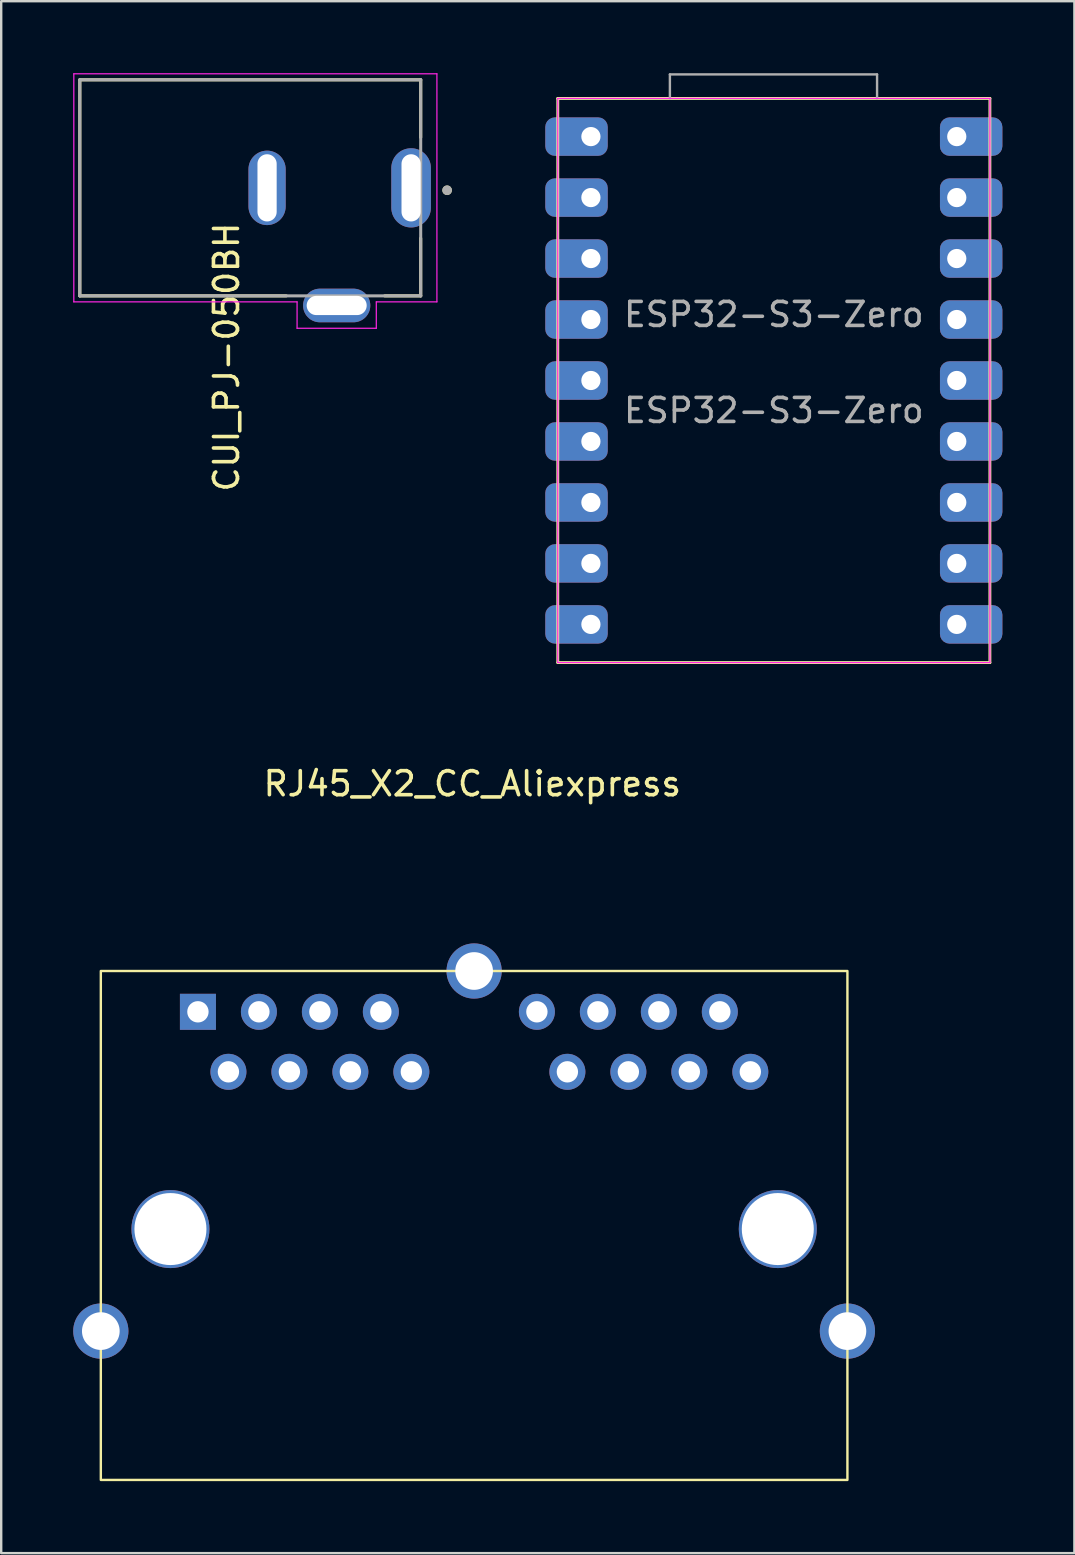
<source format=kicad_pcb>
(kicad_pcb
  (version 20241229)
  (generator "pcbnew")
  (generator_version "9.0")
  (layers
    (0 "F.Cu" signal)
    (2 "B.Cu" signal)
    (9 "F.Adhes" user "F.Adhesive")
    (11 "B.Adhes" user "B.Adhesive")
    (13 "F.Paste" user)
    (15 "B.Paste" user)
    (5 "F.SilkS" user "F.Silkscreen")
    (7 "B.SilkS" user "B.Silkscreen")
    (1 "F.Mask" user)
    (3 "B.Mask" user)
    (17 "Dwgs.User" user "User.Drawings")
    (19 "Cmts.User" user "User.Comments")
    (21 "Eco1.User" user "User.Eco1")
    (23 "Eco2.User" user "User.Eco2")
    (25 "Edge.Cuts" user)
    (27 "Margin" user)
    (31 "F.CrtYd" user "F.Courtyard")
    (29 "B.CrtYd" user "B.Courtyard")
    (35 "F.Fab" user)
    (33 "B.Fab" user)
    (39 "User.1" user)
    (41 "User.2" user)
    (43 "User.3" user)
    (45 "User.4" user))
  (footprint "CUI_PJ-050BH"
    (layer "F.Cu")
    (at 14.075 4.775)
    (property "Reference" "CUI_PJ-050BH" (at -7.688 7.05 270) (layer "F.SilkS") (effects (font (size 1 1) (thickness 0.15))))
    (attr through_hole)
    (fp_line (start -13.8 -4.5) (end -13.8 4.5) (stroke (width 0.127) (type solid)) (layer "F.SilkS"))
    (fp_line (start -13.8 4.5) (end -5.2 4.5) (stroke (width 0.127) (type solid)) (layer "F.SilkS"))
    (fp_line (start -1.1 4.5) (end 0.4 4.5) (stroke (width 0.127) (type solid)) (layer "F.SilkS"))
    (fp_line (start 0.4 -4.5) (end -13.8 -4.5) (stroke (width 0.127) (type solid)) (layer "F.SilkS"))
    (fp_line (start 0.4 -4.5) (end 0.4 -2.1) (stroke (width 0.127) (type solid)) (layer "F.SilkS"))
    (fp_line (start 0.4 4.5) (end 0.4 2.1) (stroke (width 0.127) (type solid)) (layer "F.SilkS"))
    (fp_circle (center 1.5 0.1) (end 1.6 0.1) (stroke (width 0.2) (type solid)) (fill no) (layer "F.SilkS"))
    (fp_line (start -14.05 -4.75) (end -14.05 4.75) (stroke (width 0.05) (type solid)) (layer "F.CrtYd"))
    (fp_line (start -4.75 4.75) (end -14.05 4.75) (stroke (width 0.05) (type solid)) (layer "F.CrtYd"))
    (fp_line (start -4.75 5.85) (end -4.75 4.75) (stroke (width 0.05) (type solid)) (layer "F.CrtYd"))
    (fp_line (start -4.75 5.85) (end -1.45 5.85) (stroke (width 0.05) (type solid)) (layer "F.CrtYd"))
    (fp_line (start -1.45 4.75) (end 1.075 4.75) (stroke (width 0.05) (type solid)) (layer "F.CrtYd"))
    (fp_line (start -1.45 5.85) (end -1.45 4.75) (stroke (width 0.05) (type solid)) (layer "F.CrtYd"))
    (fp_line (start 1.075 -4.75) (end -14.05 -4.75) (stroke (width 0.05) (type solid)) (layer "F.CrtYd"))
    (fp_line (start 1.075 4.75) (end 1.075 -4.75) (stroke (width 0.05) (type solid)) (layer "F.CrtYd"))
    (fp_line (start -13.8 -4.5) (end -13.8 4.5) (stroke (width 0.127) (type solid)) (layer "F.Fab"))
    (fp_line (start -13.8 4.5) (end 0.4 4.5) (stroke (width 0.127) (type solid)) (layer "F.Fab"))
    (fp_line (start 0.4 -4.5) (end -13.8 -4.5) (stroke (width 0.127) (type solid)) (layer "F.Fab"))
    (fp_line (start 0.4 4.5) (end 0.4 -4.5) (stroke (width 0.127) (type solid)) (layer "F.Fab"))
    (fp_circle (center 1.5 0.1) (end 1.6 0.1) (stroke (width 0.2) (type solid)) (fill no) (layer "F.Fab"))
    (pad "1" thru_hole oval (at 0 0) (size 1.65 3.3) (drill oval 0.8 2.8) (layers "*.Cu" "*.Mask"))
    (pad "2" thru_hole oval (at -6 0) (size 1.55 3.1) (drill oval 0.8 2.8) (layers "*.Cu" "*.Mask"))
    (pad "MP" thru_hole oval (at -3.1 4.9) (size 2.8 1.4) (drill oval 2.5 0.8) (layers "*.Cu" "*.Mask")))
  (footprint "ESP32-S3-Zero"
    (layer "F.Cu")
    (at 19.025 25.5)
    (property "Reference" "ESP32-S3-Zero" (at 10.16 -15.45 0) (unlocked yes) (layer "F.Fab") (effects (font (size 1 1) (thickness 0.15))))
    (attr through_hole)
    (fp_line (start 1.16 -24.45) (end 1.16 -0.95) (stroke (width 0.12) (type solid)) (layer "F.SilkS"))
    (fp_line (start 1.16 -0.95) (end 19.16 -0.95) (stroke (width 0.12) (type solid)) (layer "F.SilkS"))
    (fp_line (start 19.16 -24.45) (end 1.16 -24.45) (stroke (width 0.12) (type solid)) (layer "F.SilkS"))
    (fp_line (start 19.16 -0.95) (end 19.16 -24.45) (stroke (width 0.12) (type solid)) (layer "F.SilkS"))
    (fp_line (start 1.16 -24.45) (end 19.16 -24.45) (stroke (width 0.05) (type solid)) (layer "F.CrtYd"))
    (fp_line (start 1.16 -0.95) (end 1.16 -24.45) (stroke (width 0.05) (type solid)) (layer "F.CrtYd"))
    (fp_line (start 19.16 -24.45) (end 19.16 -0.95) (stroke (width 0.05) (type solid)) (layer "F.CrtYd"))
    (fp_line (start 19.16 -0.95) (end 1.16 -0.95) (stroke (width 0.05) (type solid)) (layer "F.CrtYd"))
    (fp_line (start 5.83 -25.45) (end 5.83 -24.45) (stroke (width 0.1) (type solid)) (layer "F.Fab"))
    (fp_line (start 5.83 -25.45) (end 14.46 -25.45) (stroke (width 0.1) (type solid)) (layer "F.Fab"))
    (fp_line (start 14.46 -25.45) (end 14.46 -24.45) (stroke (width 0.1) (type solid)) (layer "F.Fab"))
    (fp_text user "${REFERENCE}" (at 10.16 -11.45 0) (unlocked yes) (layer "F.Fab") (effects (font (size 1 1) (thickness 0.15))))
    (pad "1" thru_hole roundrect (at 2.54 -15.24) (size 2.6 1.6) (drill 0.8 (offset -0.6 0)) (layers "*.Cu" "*.Mask") (roundrect_rratio 0.25))
    (pad "2" thru_hole roundrect (at 2.54 -12.7) (size 2.6 1.6) (drill 0.8 (offset -0.6 0)) (layers "*.Cu" "*.Mask") (roundrect_rratio 0.25))
    (pad "3" thru_hole roundrect (at 2.54 -10.16) (size 2.6 1.6) (drill 0.8 (offset -0.6 0)) (layers "*.Cu" "*.Mask") (roundrect_rratio 0.25))
    (pad "3V3" thru_hole roundrect (at 2.54 -17.78) (size 2.6 1.6) (drill 0.8 (offset -0.6 0)) (layers "*.Cu" "*.Mask") (roundrect_rratio 0.25))
    (pad "4" thru_hole roundrect (at 2.54 -7.62) (size 2.6 1.6) (drill 0.8 (offset -0.6 0)) (layers "*.Cu" "*.Mask") (roundrect_rratio 0.25))
    (pad "5" thru_hole roundrect (at 2.54 -5.08) (size 2.6 1.6) (drill 0.8 (offset -0.6 0)) (layers "*.Cu" "*.Mask") (roundrect_rratio 0.25))
    (pad "5V" thru_hole roundrect (at 2.54 -22.86) (size 2.6 1.6) (drill 0.8 (offset -0.6 0)) (layers "*.Cu" "*.Mask") (roundrect_rratio 0.25))
    (pad "6" thru_hole roundrect (at 2.54 -2.54) (size 2.6 1.6) (drill 0.8 (offset -0.6 0)) (layers "*.Cu" "*.Mask") (roundrect_rratio 0.25))
    (pad "7" thru_hole roundrect (at 17.78 -2.54) (size 2.6 1.6) (drill 0.8 (offset 0.6 0)) (layers "*.Cu" "*.Mask") (roundrect_rratio 0.25))
    (pad "8" thru_hole roundrect (at 17.78 -5.08) (size 2.6 1.6) (drill 0.8 (offset 0.6 0)) (layers "*.Cu" "*.Mask") (roundrect_rratio 0.25))
    (pad "9" thru_hole roundrect (at 17.78 -7.62) (size 2.6 1.6) (drill 0.8 (offset 0.6 0)) (layers "*.Cu" "*.Mask") (roundrect_rratio 0.25))
    (pad "10" thru_hole roundrect (at 17.78 -10.16) (size 2.6 1.6) (drill 0.8 (offset 0.6 0)) (layers "*.Cu" "*.Mask") (roundrect_rratio 0.25))
    (pad "11" thru_hole roundrect (at 17.78 -12.7) (size 2.6 1.6) (drill 0.8 (offset 0.6 0)) (layers "*.Cu" "*.Mask") (roundrect_rratio 0.25))
    (pad "12" thru_hole roundrect (at 17.78 -15.24) (size 2.6 1.6) (drill 0.8 (offset 0.6 0)) (layers "*.Cu" "*.Mask") (roundrect_rratio 0.25))
    (pad "13" thru_hole roundrect (at 17.78 -17.78) (size 2.6 1.6) (drill 0.8 (offset 0.6 0)) (layers "*.Cu" "*.Mask") (roundrect_rratio 0.25))
    (pad "GND" thru_hole roundrect (at 2.54 -20.32) (size 2.6 1.6) (drill 0.8 (offset -0.6 0)) (layers "*.Cu" "*.Mask") (roundrect_rratio 0.25))
    (pad "RX" thru_hole roundrect (at 17.78 -20.32) (size 2.6 1.6) (drill 0.8 (offset 0.6 0)) (layers "*.Cu" "*.Mask") (roundrect_rratio 0.25))
    (pad "TX" thru_hole roundrect (at 17.78 -22.86) (size 2.6 1.6) (drill 0.8 (offset 0.6 0)) (layers "*.Cu" "*.Mask") (roundrect_rratio 0.25)))
  (footprint "RJ45_X2_CC_Aliexpress"
    (layer "F.Cu")
    (at 5.195 39.098)
    (property "Reference" "RJ45_X2_CC_Aliexpress" (at 11.43 -9.5 0) (layer "F.SilkS") (effects (font (size 1 1) (thickness 0.15))))
    (attr through_hole)
    (fp_rect (start -4.045 -1.7) (end 27.055 19.5) (stroke (width 0.1) (type solid)) (fill no) (layer "F.SilkS"))
    (pad "" np_thru_hole circle (at -1.145 9.05) (size 3.25 3.25) (drill 3) (layers "*.Cu" "*.Mask"))
    (pad "" np_thru_hole circle (at 24.155 9.05) (size 3.25 3.25) (drill 3) (layers "*.Cu" "*.Mask"))
    (pad "1" thru_hole circle (at 23.01 2.5) (size 1.5 1.5) (drill 0.89) (layers "*.Cu" "*.Mask"))
    (pad "2" thru_hole circle (at 21.74 0) (size 1.5 1.5) (drill 0.89) (layers "*.Cu" "*.Mask"))
    (pad "3" thru_hole circle (at 20.47 2.5) (size 1.5 1.5) (drill 0.89) (layers "*.Cu" "*.Mask"))
    (pad "4" thru_hole circle (at 19.2 0) (size 1.5 1.5) (drill 0.89) (layers "*.Cu" "*.Mask"))
    (pad "5" thru_hole circle (at 17.93 2.5) (size 1.5 1.5) (drill 0.89) (layers "*.Cu" "*.Mask"))
    (pad "6" thru_hole circle (at 16.66 0) (size 1.5 1.5) (drill 0.89) (layers "*.Cu" "*.Mask"))
    (pad "7" thru_hole circle (at 15.39 2.5) (size 1.5 1.5) (drill 0.89) (layers "*.Cu" "*.Mask"))
    (pad "8" thru_hole circle (at 14.12 0) (size 1.5 1.5) (drill 0.89) (layers "*.Cu" "*.Mask"))
    (pad "9" thru_hole circle (at 8.89 2.5) (size 1.5 1.5) (drill 0.89) (layers "*.Cu" "*.Mask"))
    (pad "10" thru_hole circle (at 7.62 0) (size 1.5 1.5) (drill 0.89) (layers "*.Cu" "*.Mask"))
    (pad "11" thru_hole circle (at 6.35 2.5) (size 1.5 1.5) (drill 0.89) (layers "*.Cu" "*.Mask"))
    (pad "12" thru_hole circle (at 5.08 0) (size 1.5 1.5) (drill 0.89) (layers "*.Cu" "*.Mask"))
    (pad "13" thru_hole circle (at 3.81 2.5) (size 1.5 1.5) (drill 0.89) (layers "*.Cu" "*.Mask"))
    (pad "14" thru_hole circle (at 2.54 0) (size 1.5 1.5) (drill 0.89) (layers "*.Cu" "*.Mask"))
    (pad "15" thru_hole circle (at 1.27 2.5) (size 1.5 1.5) (drill 0.89) (layers "*.Cu" "*.Mask"))
    (pad "16" thru_hole rect (at 0 0) (size 1.5 1.5) (drill 0.89) (layers "*.Cu" "*.Mask"))
    (pad "SH" thru_hole circle (at -4.045 13.3) (size 2.3 2.3) (drill 1.57) (layers "*.Cu" "*.Mask"))
    (pad "SH" thru_hole circle (at 11.505 -1.7) (size 2.3 2.3) (drill 1.57) (layers "*.Cu" "*.Mask"))
    (pad "SH" thru_hole circle (at 27.055 13.3) (size 2.3 2.3) (drill 1.57) (layers "*.Cu" "*.Mask")))
  (gr_rect
    (start -3 -3)
    (end 41.705 61.648)
    (stroke (width 0.1) (type default))
    (fill no)
    (layer "Edge.Cuts")))
</source>
